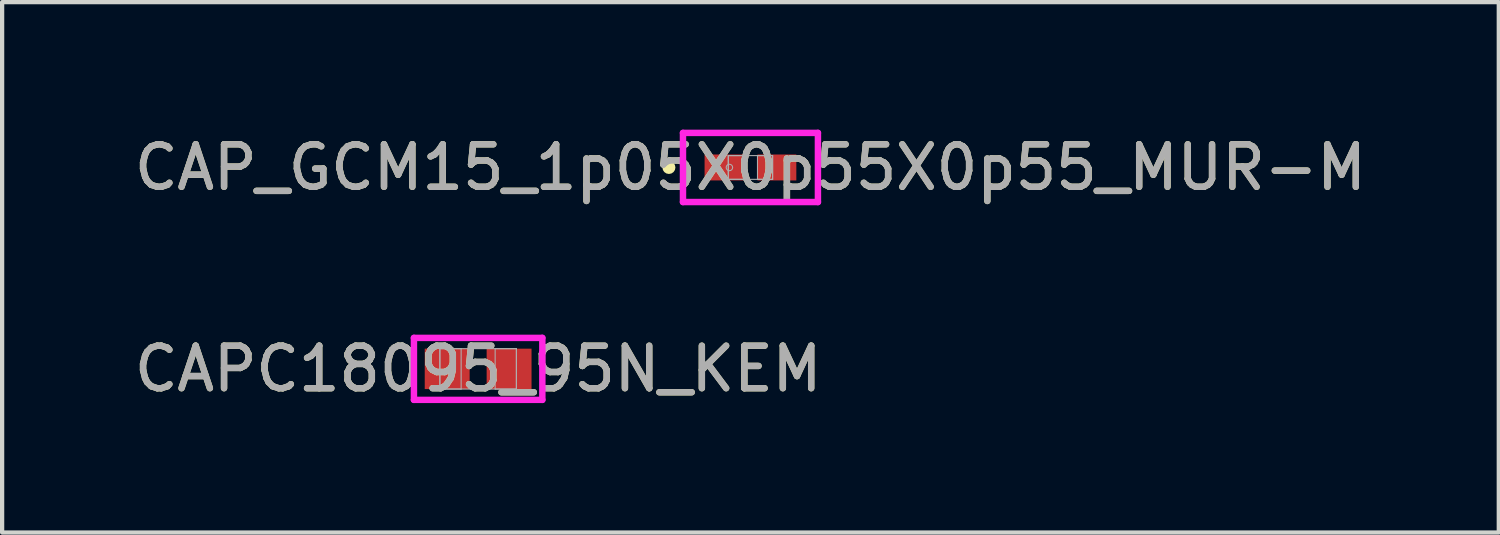
<source format=kicad_pcb>
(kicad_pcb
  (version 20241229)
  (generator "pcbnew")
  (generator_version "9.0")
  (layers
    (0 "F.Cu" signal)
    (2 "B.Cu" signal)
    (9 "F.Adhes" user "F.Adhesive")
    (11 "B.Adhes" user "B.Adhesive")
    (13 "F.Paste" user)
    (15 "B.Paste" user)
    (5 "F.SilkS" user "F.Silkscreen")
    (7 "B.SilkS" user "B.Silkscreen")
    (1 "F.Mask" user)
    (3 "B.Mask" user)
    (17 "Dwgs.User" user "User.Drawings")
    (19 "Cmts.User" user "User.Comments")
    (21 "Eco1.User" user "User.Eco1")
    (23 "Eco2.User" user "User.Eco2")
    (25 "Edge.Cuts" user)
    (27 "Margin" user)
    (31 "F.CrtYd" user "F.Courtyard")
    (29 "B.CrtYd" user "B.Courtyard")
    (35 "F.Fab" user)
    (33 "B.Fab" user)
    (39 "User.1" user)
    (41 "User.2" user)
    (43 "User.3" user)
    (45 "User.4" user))
  (footprint "CAPC18095_95N_KEM"
    (layer "F.Cu")
    (at 8.196 5.626)
    (property "Reference" "CAPC18095_95N_KEM" (at 0 0 0) (unlocked yes) (layer "F.SilkS") (effects (font (size 1 1) (thickness 0.15))))
    (attr smd)
    (fp_line (start -1.51 -0.729) (end 1.51 -0.729) (stroke (width 0.152) (type solid)) (layer "F.CrtYd"))
    (fp_line (start -1.51 0.729) (end -1.51 -0.729) (stroke (width 0.152) (type solid)) (layer "F.CrtYd"))
    (fp_line (start 1.51 -0.729) (end 1.51 0.729) (stroke (width 0.152) (type solid)) (layer "F.CrtYd"))
    (fp_line (start 1.51 0.729) (end -1.51 0.729) (stroke (width 0.152) (type solid)) (layer "F.CrtYd"))
    (fp_line (start -0.9 -0.475) (end -0.9 0.475) (stroke (width 0.025) (type solid)) (layer "F.Fab"))
    (fp_line (start -0.9 -0.475) (end -0.9 0.475) (stroke (width 0.025) (type solid)) (layer "F.Fab"))
    (fp_line (start -0.9 0.475) (end -0.4 0.475) (stroke (width 0.025) (type solid)) (layer "F.Fab"))
    (fp_line (start -0.9 0.475) (end 0.9 0.475) (stroke (width 0.025) (type solid)) (layer "F.Fab"))
    (fp_line (start -0.4 -0.475) (end -0.9 -0.475) (stroke (width 0.025) (type solid)) (layer "F.Fab"))
    (fp_line (start -0.4 0.475) (end -0.4 -0.475) (stroke (width 0.025) (type solid)) (layer "F.Fab"))
    (fp_line (start 0.4 -0.475) (end 0.4 0.475) (stroke (width 0.025) (type solid)) (layer "F.Fab"))
    (fp_line (start 0.4 0.475) (end 0.9 0.475) (stroke (width 0.025) (type solid)) (layer "F.Fab"))
    (fp_line (start 0.9 -0.475) (end -0.9 -0.475) (stroke (width 0.025) (type solid)) (layer "F.Fab"))
    (fp_line (start 0.9 -0.475) (end 0.4 -0.475) (stroke (width 0.025) (type solid)) (layer "F.Fab"))
    (fp_line (start 0.9 0.475) (end 0.9 -0.475) (stroke (width 0.025) (type solid)) (layer "F.Fab"))
    (fp_line (start 0.9 0.475) (end 0.9 -0.475) (stroke (width 0.025) (type solid)) (layer "F.Fab"))
    (fp_text user "${REFERENCE}" (at 0 0 0) (unlocked yes) (layer "F.Fab") (effects (font (size 1 1) (thickness 0.15))))
    (pad "1" smd rect (at -0.728 0) (size 1.056 0.95) (layers "F.Cu" "F.Mask" "F.Paste"))
    (pad "2" smd rect (at 0.728 0) (size 1.056 0.95) (layers "F.Cu" "F.Mask" "F.Paste"))
    (zone (net_name "") (layer "F.Cu") (hatch full 0.508) (connect_pads) (min_thickness 0.254) (filled_areas_thickness no) (keepout (tracks not_allowed) (vias not_allowed) (pads allowed) (copperpour not_allowed) (footprints allowed)) (placement (enabled no)) (fill) (polygon (pts (xy 8.047 5.202) (xy 8.346 5.202) (xy 8.346 6.05) (xy 8.047 6.05)))))
  (footprint "CAP_GCM15_1p05X0p55X0p55_MUR-M"
    (layer "F.Cu")
    (at 14.601 0.889)
    (property "Reference" "CAP_GCM15_1p05X0p55X0p55_MUR-M" (at 0 0 0) (unlocked yes) (layer "F.SilkS") (effects (font (size 1 1) (thickness 0.15))))
    (attr smd)
    (fp_circle (center -1.918 0) (end -1.841 0) (stroke (width 0.152) (type solid)) (fill no) (layer "F.SilkS"))
    (fp_line (start -1.587 -0.813) (end 1.587 -0.813) (stroke (width 0.152) (type solid)) (layer "F.CrtYd"))
    (fp_line (start -1.587 0.813) (end -1.587 -0.813) (stroke (width 0.152) (type solid)) (layer "F.CrtYd"))
    (fp_line (start 1.587 -0.813) (end 1.587 0.813) (stroke (width 0.152) (type solid)) (layer "F.CrtYd"))
    (fp_line (start 1.587 0.813) (end -1.587 0.813) (stroke (width 0.152) (type solid)) (layer "F.CrtYd"))
    (fp_line (start -0.521 -0.279) (end -0.521 0.279) (stroke (width 0.025) (type solid)) (layer "F.Fab"))
    (fp_line (start -0.521 -0.279) (end -0.521 0.279) (stroke (width 0.025) (type solid)) (layer "F.Fab"))
    (fp_line (start -0.521 0.279) (end -0.165 0.279) (stroke (width 0.025) (type solid)) (layer "F.Fab"))
    (fp_line (start -0.521 0.279) (end 0.521 0.279) (stroke (width 0.025) (type solid)) (layer "F.Fab"))
    (fp_line (start -0.165 -0.279) (end -0.521 -0.279) (stroke (width 0.025) (type solid)) (layer "F.Fab"))
    (fp_line (start -0.165 0.279) (end -0.165 -0.279) (stroke (width 0.025) (type solid)) (layer "F.Fab"))
    (fp_line (start 0.165 -0.279) (end 0.165 0.279) (stroke (width 0.025) (type solid)) (layer "F.Fab"))
    (fp_line (start 0.165 0.279) (end 0.521 0.279) (stroke (width 0.025) (type solid)) (layer "F.Fab"))
    (fp_line (start 0.521 -0.279) (end -0.521 -0.279) (stroke (width 0.025) (type solid)) (layer "F.Fab"))
    (fp_line (start 0.521 -0.279) (end 0.165 -0.279) (stroke (width 0.025) (type solid)) (layer "F.Fab"))
    (fp_line (start 0.521 0.279) (end 0.521 -0.279) (stroke (width 0.025) (type solid)) (layer "F.Fab"))
    (fp_line (start 0.521 0.279) (end 0.521 -0.279) (stroke (width 0.025) (type solid)) (layer "F.Fab"))
    (fp_circle (center -0.495 0) (end -0.419 0) (stroke (width 0.025) (type solid)) (fill no) (layer "F.Fab"))
    (fp_text user "${REFERENCE}" (at 0 0 0) (unlocked yes) (layer "F.Fab") (effects (font (size 1 1) (thickness 0.15))))
    (pad "1" smd rect (at -0.622 0) (size 0.914 0.61) (layers "F.Cu" "F.Mask" "F.Paste"))
    (pad "2" smd rect (at 0.622 0) (size 0.914 0.61) (layers "F.Cu" "F.Mask" "F.Paste"))
    (zone (net_name "") (layer "F.Cu") (hatch full 0.508) (connect_pads) (min_thickness 0.254) (filled_areas_thickness no) (keepout (tracks not_allowed) (vias not_allowed) (pads allowed) (copperpour not_allowed) (footprints allowed)) (placement (enabled no)) (fill) (polygon (pts (xy 14.487 0.66) (xy 14.715 0.66) (xy 14.715 1.118) (xy 14.487 1.118)))))
  (gr_rect
    (start -3 -3)
    (end 32.202 9.475)
    (stroke (width 0.1) (type default))
    (fill no)
    (layer "Edge.Cuts")))
</source>
